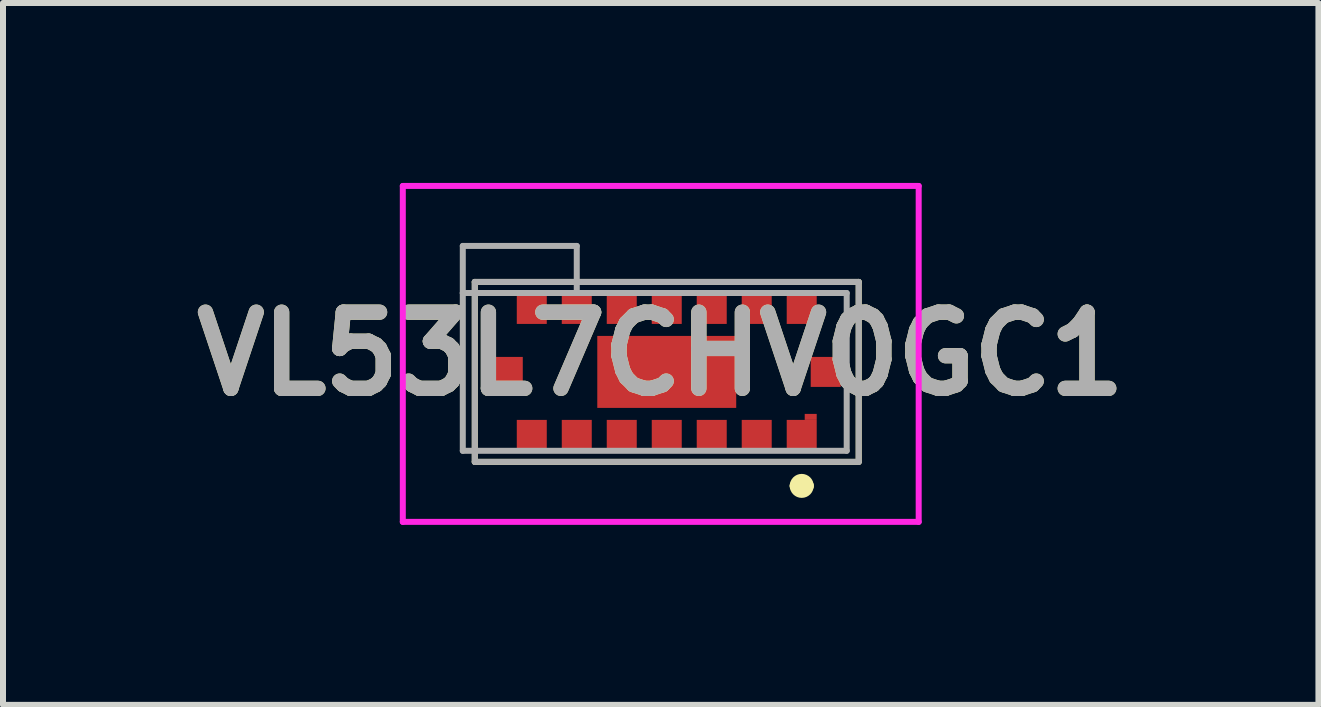
<source format=kicad_pcb>
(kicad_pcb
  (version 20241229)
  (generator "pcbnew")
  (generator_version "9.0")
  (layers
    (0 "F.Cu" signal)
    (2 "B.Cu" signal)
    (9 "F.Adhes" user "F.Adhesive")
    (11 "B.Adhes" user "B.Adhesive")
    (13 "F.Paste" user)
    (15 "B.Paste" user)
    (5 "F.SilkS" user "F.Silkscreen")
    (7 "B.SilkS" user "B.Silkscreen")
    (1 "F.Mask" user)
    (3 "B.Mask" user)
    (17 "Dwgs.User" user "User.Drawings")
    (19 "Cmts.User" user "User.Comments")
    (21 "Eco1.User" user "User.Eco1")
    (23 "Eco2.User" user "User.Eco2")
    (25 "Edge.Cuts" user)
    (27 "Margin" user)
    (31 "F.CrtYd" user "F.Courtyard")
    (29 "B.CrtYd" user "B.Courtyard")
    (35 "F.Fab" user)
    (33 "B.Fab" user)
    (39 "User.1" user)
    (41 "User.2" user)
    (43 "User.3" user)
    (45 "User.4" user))
  (footprint "VL53L7CHV0GC1"
    (layer "F.Cu")
    (at 7.965 2.85)
    (property "Reference" "VL53L7CHV0GC1" (at 0 0 0) (layer "F.SilkS") (effects (font (size 1.27 1.27) (thickness 0.254))))
    (attr smd)
    (fp_line (start -3.1 -1.2) (end 3.3 -1.2) (stroke (width 0.1) (type solid)) (layer "F.SilkS"))
    (fp_line (start -3.1 1.8) (end -3.1 -1.2) (stroke (width 0.1) (type solid)) (layer "F.SilkS"))
    (fp_line (start 2.25 2.2) (end 2.25 2.2) (stroke (width 0.2) (type solid)) (layer "F.SilkS"))
    (fp_line (start 2.45 2.2) (end 2.45 2.2) (stroke (width 0.2) (type solid)) (layer "F.SilkS"))
    (fp_line (start 3.3 -1.2) (end 3.3 1.8) (stroke (width 0.1) (type solid)) (layer "F.SilkS"))
    (fp_line (start 3.3 1.8) (end -3.1 1.8) (stroke (width 0.1) (type solid)) (layer "F.SilkS"))
    (fp_arc (start 2.25 2.2) (mid 2.35 2.1) (end 2.45 2.2) (stroke (width 0.2) (type solid)) (layer "F.SilkS"))
    (fp_arc (start 2.45 2.2) (mid 2.35 2.3) (end 2.25 2.2) (stroke (width 0.2) (type solid)) (layer "F.SilkS"))
    (fp_line (start -4.3 -2.8) (end 4.3 -2.8) (stroke (width 0.1) (type solid)) (layer "F.CrtYd"))
    (fp_line (start -4.3 2.8) (end -4.3 -2.8) (stroke (width 0.1) (type solid)) (layer "F.CrtYd"))
    (fp_line (start 4.3 -2.8) (end 4.3 2.8) (stroke (width 0.1) (type solid)) (layer "F.CrtYd"))
    (fp_line (start 4.3 2.8) (end -4.3 2.8) (stroke (width 0.1) (type solid)) (layer "F.CrtYd"))
    (fp_line (start -3.3 -1.8) (end -1.4 -1.8) (stroke (width 0.1) (type solid)) (layer "F.Fab"))
    (fp_line (start -3.3 -1.015) (end -3.3 -1.8) (stroke (width 0.1) (type solid)) (layer "F.Fab"))
    (fp_line (start -3.3 -1.015) (end 3.1 -1.015) (stroke (width 0.1) (type solid)) (layer "F.Fab"))
    (fp_line (start -3.3 1.615) (end -3.3 -1.015) (stroke (width 0.1) (type solid)) (layer "F.Fab"))
    (fp_line (start -3.1 -1.2) (end 3.3 -1.2) (stroke (width 0.1) (type solid)) (layer "F.Fab"))
    (fp_line (start -3.1 1.8) (end -3.1 -1.2) (stroke (width 0.1) (type solid)) (layer "F.Fab"))
    (fp_line (start -1.4 -1.8) (end -1.4 -1.015) (stroke (width 0.1) (type solid)) (layer "F.Fab"))
    (fp_line (start 3.1 -1.015) (end 3.1 1.615) (stroke (width 0.1) (type solid)) (layer "F.Fab"))
    (fp_line (start 3.1 1.615) (end -3.3 1.615) (stroke (width 0.1) (type solid)) (layer "F.Fab"))
    (fp_line (start 3.3 -1.2) (end 3.3 1.8) (stroke (width 0.1) (type solid)) (layer "F.Fab"))
    (fp_line (start 3.3 1.8) (end -3.1 1.8) (stroke (width 0.1) (type solid)) (layer "F.Fab"))
    (fp_text user "${REFERENCE}" (at 0 0 0) (layer "F.Fab") (effects (font (size 1.27 1.27) (thickness 0.254))))
    (pad "A1" smd rect (at 2.35 1.35 90) (size 0.5 0.5) (layers "F.Cu" "F.Mask" "F.Paste"))
    (pad "A2" smd rect (at 1.6 1.35 90) (size 0.5 0.5) (layers "F.Cu" "F.Mask" "F.Paste"))
    (pad "A3" smd rect (at 0.85 1.35 90) (size 0.5 0.5) (layers "F.Cu" "F.Mask" "F.Paste"))
    (pad "A4" smd rect (at 0.1 1.35 90) (size 0.5 0.5) (layers "F.Cu" "F.Mask" "F.Paste"))
    (pad "A5" smd rect (at -0.65 1.35 90) (size 0.5 0.5) (layers "F.Cu" "F.Mask" "F.Paste"))
    (pad "A6" smd rect (at -1.4 1.35 90) (size 0.5 0.5) (layers "F.Cu" "F.Mask" "F.Paste"))
    (pad "A7" smd rect (at -2.15 1.35 90) (size 0.5 0.5) (layers "F.Cu" "F.Mask" "F.Paste"))
    (pad "A11" smd rect (at 2.5 1.05 90) (size 0.1 0.2) (layers "F.Cu" "F.Mask" "F.Paste"))
    (pad "B1" smd rect (at 2.75 0.3 90) (size 0.5 0.5) (layers "F.Cu" "F.Mask" "F.Paste"))
    (pad "B4" smd rect (at 0.1 0.3 90) (size 1.2 2.316) (layers "F.Cu" "F.Mask" "F.Paste"))
    (pad "B7" smd rect (at -2.55 0.3 90) (size 0.5 0.5) (layers "F.Cu" "F.Mask" "F.Paste"))
    (pad "C1" smd rect (at 2.35 -0.75 90) (size 0.5 0.5) (layers "F.Cu" "F.Mask" "F.Paste"))
    (pad "C2" smd rect (at 1.6 -0.75 90) (size 0.5 0.5) (layers "F.Cu" "F.Mask" "F.Paste"))
    (pad "C3" smd rect (at 0.85 -0.75 90) (size 0.5 0.5) (layers "F.Cu" "F.Mask" "F.Paste"))
    (pad "C4" smd rect (at 0.1 -0.75 90) (size 0.5 0.5) (layers "F.Cu" "F.Mask" "F.Paste"))
    (pad "C5" smd rect (at -0.65 -0.75 90) (size 0.5 0.5) (layers "F.Cu" "F.Mask" "F.Paste"))
    (pad "C6" smd rect (at -1.4 -0.75 90) (size 0.5 0.5) (layers "F.Cu" "F.Mask" "F.Paste"))
    (pad "C7" smd rect (at -2.15 -0.75 90) (size 0.5 0.5) (layers "F.Cu" "F.Mask" "F.Paste")))
  (gr_rect
    (start -3 -3)
    (end 18.929 8.7)
    (stroke (width 0.1) (type default))
    (fill no)
    (layer "Edge.Cuts")))
</source>
